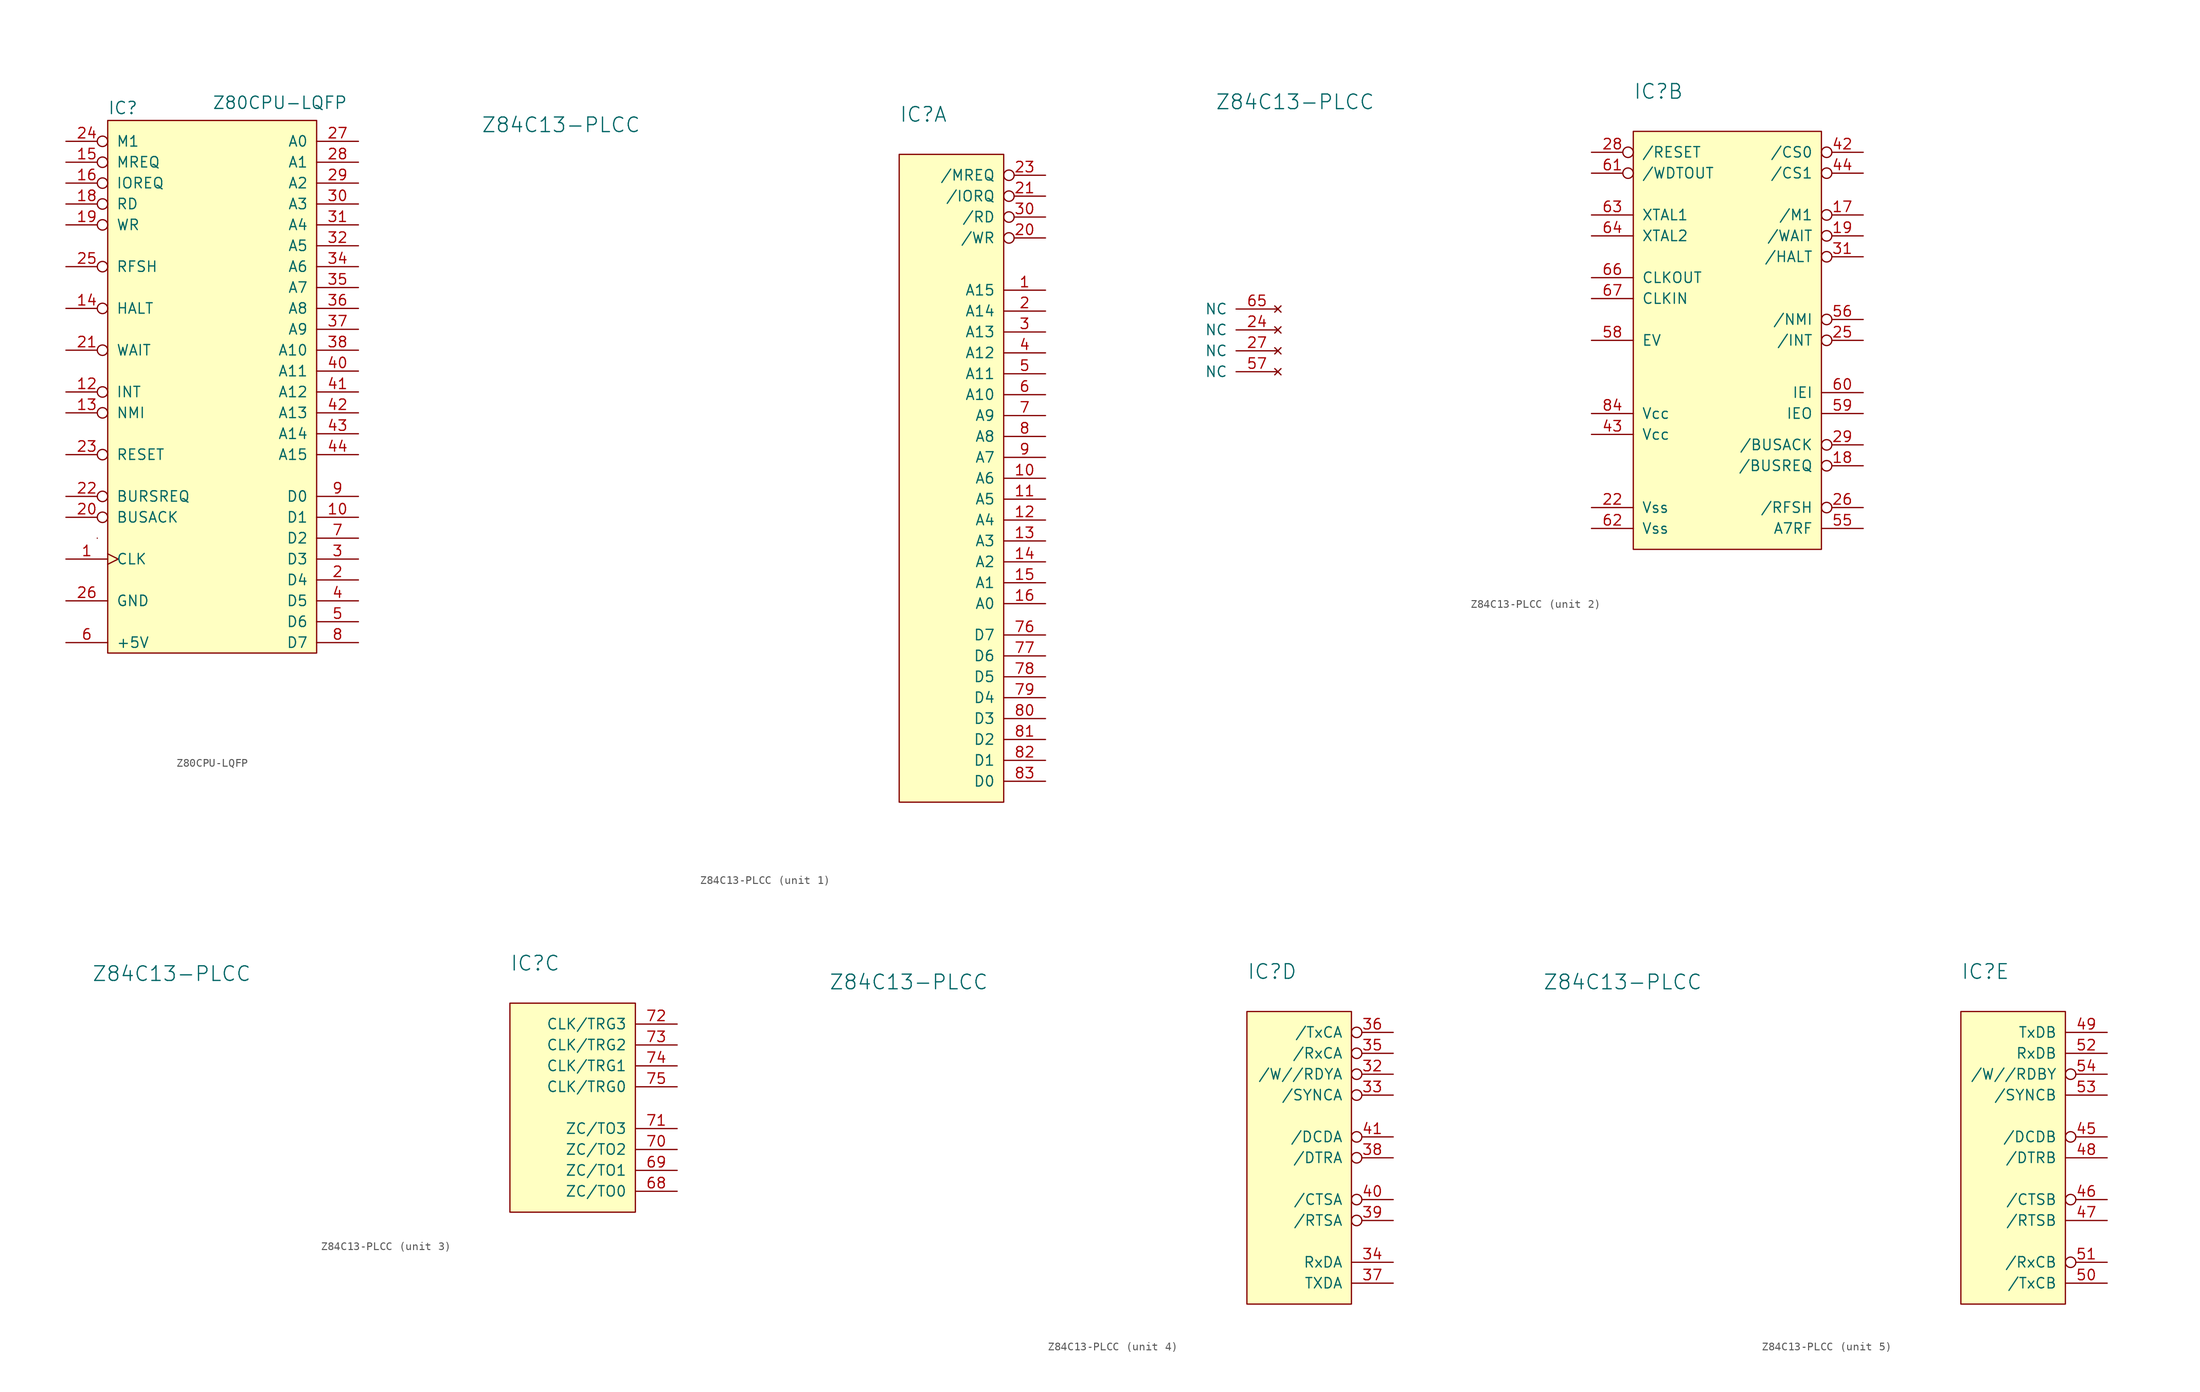
<source format=kicad_sym>
(kicad_symbol_lib
  (version 20211014)
  (generator kicad_symbol_editor)
  (symbol "Z80CPU-LQFP"
    (pin_names
      (offset 1.016))
    (property "Reference" "IC"
      (at 0 0.635 0)
      (effects (font (size 1.499 1.499)) (justify left bottom)))
    (property "Value" "Z80CPU-LQFP"
      (at 12.7 1.27 0)
      (effects (font (size 1.499 1.499)) (justify left bottom)))
    (symbol "Z80CPU-LQFP_0_0"
      (pin output line (at 30.48 -20.32 180) (length 5.08) (name "A7" (effects (font (size 1.27 1.27)))) (number "35" (effects (font (size 1.27 1.27)))))
      (pin output line (at 30.48 -22.86 180) (length 5.08) (name "A8" (effects (font (size 1.27 1.27)))) (number "36" (effects (font (size 1.27 1.27)))))
      (pin output line (at 30.48 -25.4 180) (length 5.08) (name "A9" (effects (font (size 1.27 1.27)))) (number "37" (effects (font (size 1.27 1.27)))))
      (pin output line (at 30.48 -27.94 180) (length 5.08) (name "A10" (effects (font (size 1.27 1.27)))) (number "38" (effects (font (size 1.27 1.27)))))
      (pin bidirectional line (at 30.48 -45.72 180) (length 5.08) (name "D0" (effects (font (size 1.27 1.27)))) (number "9" (effects (font (size 1.27 1.27))))))
    (symbol "Z80CPU-LQFP_1_0"
      (rectangle (start -1.27 -50.8) (end -1.27 -50.8) (stroke (width 0) (type default) (color 0 0 0 0)) (fill (type none)))
      (rectangle (start 0 0) (end 25.4 -64.77) (stroke (width 0) (type default) (color 0 0 0 0)) (fill (type background)))
      (pin input clock (at -5.08 -53.34 0) (length 5.08) (name "CLK" (effects (font (size 1.27 1.27)))) (number "1" (effects (font (size 1.27 1.27)))))
      (pin bidirectional line (at 30.48 -48.26 180) (length 5.08) (name "D1" (effects (font (size 1.27 1.27)))) (number "10" (effects (font (size 1.27 1.27)))))
      (pin input inverted (at -5.08 -33.02 0) (length 5.08) (name "INT" (effects (font (size 1.27 1.27)))) (number "12" (effects (font (size 1.27 1.27)))))
      (pin input inverted (at -5.08 -35.56 0) (length 5.08) (name "NMI" (effects (font (size 1.27 1.27)))) (number "13" (effects (font (size 1.27 1.27)))))
      (pin output inverted (at -5.08 -22.86 0) (length 5.08) (name "HALT" (effects (font (size 1.27 1.27)))) (number "14" (effects (font (size 1.27 1.27)))))
      (pin output inverted (at -5.08 -5.08 0) (length 5.08) (name "MREQ" (effects (font (size 1.27 1.27)))) (number "15" (effects (font (size 1.27 1.27)))))
      (pin output inverted (at -5.08 -7.62 0) (length 5.08) (name "IOREQ" (effects (font (size 1.27 1.27)))) (number "16" (effects (font (size 1.27 1.27)))))
      (pin output inverted (at -5.08 -10.16 0) (length 5.08) (name "RD" (effects (font (size 1.27 1.27)))) (number "18" (effects (font (size 1.27 1.27)))))
      (pin output inverted (at -5.08 -12.7 0) (length 5.08) (name "WR" (effects (font (size 1.27 1.27)))) (number "19" (effects (font (size 1.27 1.27)))))
      (pin bidirectional line (at 30.48 -55.88 180) (length 5.08) (name "D4" (effects (font (size 1.27 1.27)))) (number "2" (effects (font (size 1.27 1.27)))))
      (pin output inverted (at -5.08 -48.26 0) (length 5.08) (name "BUSACK" (effects (font (size 1.27 1.27)))) (number "20" (effects (font (size 1.27 1.27)))))
      (pin input inverted (at -5.08 -27.94 0) (length 5.08) (name "WAIT" (effects (font (size 1.27 1.27)))) (number "21" (effects (font (size 1.27 1.27)))))
      (pin input inverted (at -5.08 -45.72 0) (length 5.08) (name "BURSREQ" (effects (font (size 1.27 1.27)))) (number "22" (effects (font (size 1.27 1.27)))))
      (pin input inverted (at -5.08 -40.64 0) (length 5.08) (name "RESET" (effects (font (size 1.27 1.27)))) (number "23" (effects (font (size 1.27 1.27)))))
      (pin output inverted (at -5.08 -2.54 0) (length 5.08) (name "M1" (effects (font (size 1.27 1.27)))) (number "24" (effects (font (size 1.27 1.27)))))
      (pin output inverted (at -5.08 -17.78 0) (length 5.08) (name "RFSH" (effects (font (size 1.27 1.27)))) (number "25" (effects (font (size 1.27 1.27)))))
      (pin power_in line (at -5.08 -58.42 0) (length 5.08) (name "GND" (effects (font (size 1.27 1.27)))) (number "26" (effects (font (size 1.27 1.27)))))
      (pin output line (at 30.48 -2.54 180) (length 5.08) (name "A0" (effects (font (size 1.27 1.27)))) (number "27" (effects (font (size 1.27 1.27)))))
      (pin output line (at 30.48 -5.08 180) (length 5.08) (name "A1" (effects (font (size 1.27 1.27)))) (number "28" (effects (font (size 1.27 1.27)))))
      (pin output line (at 30.48 -7.62 180) (length 5.08) (name "A2" (effects (font (size 1.27 1.27)))) (number "29" (effects (font (size 1.27 1.27)))))
      (pin bidirectional line (at 30.48 -53.34 180) (length 5.08) (name "D3" (effects (font (size 1.27 1.27)))) (number "3" (effects (font (size 1.27 1.27)))))
      (pin output line (at 30.48 -10.16 180) (length 5.08) (name "A3" (effects (font (size 1.27 1.27)))) (number "30" (effects (font (size 1.27 1.27)))))
      (pin output line (at 30.48 -12.7 180) (length 5.08) (name "A4" (effects (font (size 1.27 1.27)))) (number "31" (effects (font (size 1.27 1.27)))))
      (pin output line (at 30.48 -15.24 180) (length 5.08) (name "A5" (effects (font (size 1.27 1.27)))) (number "32" (effects (font (size 1.27 1.27)))))
      (pin output line (at 30.48 -17.78 180) (length 5.08) (name "A6" (effects (font (size 1.27 1.27)))) (number "34" (effects (font (size 1.27 1.27)))))
      (pin bidirectional line (at 30.48 -58.42 180) (length 5.08) (name "D5" (effects (font (size 1.27 1.27)))) (number "4" (effects (font (size 1.27 1.27)))))
      (pin output line (at 30.48 -30.48 180) (length 5.08) (name "A11" (effects (font (size 1.27 1.27)))) (number "40" (effects (font (size 1.27 1.27)))))
      (pin output line (at 30.48 -33.02 180) (length 5.08) (name "A12" (effects (font (size 1.27 1.27)))) (number "41" (effects (font (size 1.27 1.27)))))
      (pin output line (at 30.48 -35.56 180) (length 5.08) (name "A13" (effects (font (size 1.27 1.27)))) (number "42" (effects (font (size 1.27 1.27)))))
      (pin output line (at 30.48 -38.1 180) (length 5.08) (name "A14" (effects (font (size 1.27 1.27)))) (number "43" (effects (font (size 1.27 1.27)))))
      (pin output line (at 30.48 -40.64 180) (length 5.08) (name "A15" (effects (font (size 1.27 1.27)))) (number "44" (effects (font (size 1.27 1.27)))))
      (pin bidirectional line (at 30.48 -60.96 180) (length 5.08) (name "D6" (effects (font (size 1.27 1.27)))) (number "5" (effects (font (size 1.27 1.27)))))
      (pin power_in line (at -5.08 -63.5 0) (length 5.08) (name "+5V" (effects (font (size 1.27 1.27)))) (number "6" (effects (font (size 1.27 1.27)))))
      (pin bidirectional line (at 30.48 -50.8 180) (length 5.08) (name "D2" (effects (font (size 1.27 1.27)))) (number "7" (effects (font (size 1.27 1.27)))))
      (pin bidirectional line (at 30.48 -63.5 180) (length 5.08) (name "D7" (effects (font (size 1.27 1.27)))) (number "8" (effects (font (size 1.27 1.27))))))
    (symbol "Z80CPU-LQFP_1_1"
      (pin no_connect line (at 8.89 -69.85 90) (length 5.08) hide (name "NC" (effects (font (size 1.27 1.27)))) (number "11" (effects (font (size 1.27 1.27)))))
      (pin no_connect line (at 11.43 -69.85 90) (length 5.08) hide (name "NC" (effects (font (size 1.27 1.27)))) (number "17" (effects (font (size 1.27 1.27)))))
      (pin no_connect line (at 13.97 -69.85 90) (length 5.08) hide (name "NC" (effects (font (size 1.27 1.27)))) (number "33" (effects (font (size 1.27 1.27)))))
      (pin no_connect line (at 16.51 -69.85 90) (length 5.08) hide (name "NC" (effects (font (size 1.27 1.27)))) (number "39" (effects (font (size 1.27 1.27)))))))
  (symbol "Z84C13-PLCC"
    (pin_names
      (offset 1.016))
    (property "Reference" "IC"
      (at 0 3.81 0)
      (effects (font (size 1.778 1.778)) (justify left bottom)))
    (property "Value" "Z84C13-PLCC"
      (at -50.8 2.54 0)
      (effects (font (size 1.778 1.778)) (justify left bottom)))
    (property "ki_locked" ""
      (at 0 0 0)
      (effects (font (size 1.27 1.27))))
    (symbol "Z84C13-PLCC_1_0"
      (rectangle (start 0 0) (end 12.7 -78.74) (stroke (width 0) (type default) (color 0 0 0 0)) (fill (type background)))
      (pin output line (at 17.78 -16.51 180) (length 5.08) (name "A15" (effects (font (size 1.27 1.27)))) (number "1" (effects (font (size 1.27 1.27)))))
      (pin output line (at 17.78 -46.99 180) (length 5.08) (name "A3" (effects (font (size 1.27 1.27)))) (number "13" (effects (font (size 1.27 1.27)))))
      (pin output line (at 17.78 -49.53 180) (length 5.08) (name "A2" (effects (font (size 1.27 1.27)))) (number "14" (effects (font (size 1.27 1.27)))))
      (pin output line (at 17.78 -52.07 180) (length 5.08) (name "A1" (effects (font (size 1.27 1.27)))) (number "15" (effects (font (size 1.27 1.27)))))
      (pin output line (at 17.78 -19.05 180) (length 5.08) (name "A14" (effects (font (size 1.27 1.27)))) (number "2" (effects (font (size 1.27 1.27)))))
      (pin output line (at 17.78 -21.59 180) (length 5.08) (name "A13" (effects (font (size 1.27 1.27)))) (number "3" (effects (font (size 1.27 1.27)))))
      (pin output line (at 17.78 -24.13 180) (length 5.08) (name "A12" (effects (font (size 1.27 1.27)))) (number "4" (effects (font (size 1.27 1.27)))))
      (pin output line (at 17.78 -26.67 180) (length 5.08) (name "A11" (effects (font (size 1.27 1.27)))) (number "5" (effects (font (size 1.27 1.27)))))
      (pin output line (at 17.78 -29.21 180) (length 5.08) (name "A10" (effects (font (size 1.27 1.27)))) (number "6" (effects (font (size 1.27 1.27)))))
      (pin bidirectional line (at 17.78 -68.58 180) (length 5.08) (name "D3" (effects (font (size 1.27 1.27)))) (number "80" (effects (font (size 1.27 1.27)))))
      (pin bidirectional line (at 17.78 -71.12 180) (length 5.08) (name "D2" (effects (font (size 1.27 1.27)))) (number "81" (effects (font (size 1.27 1.27)))))
      (pin bidirectional line (at 17.78 -73.66 180) (length 5.08) (name "D1" (effects (font (size 1.27 1.27)))) (number "82" (effects (font (size 1.27 1.27))))))
    (symbol "Z84C13-PLCC_1_1"
      (pin output line (at 17.78 -39.37 180) (length 5.08) (name "A6" (effects (font (size 1.27 1.27)))) (number "10" (effects (font (size 1.27 1.27)))))
      (pin output line (at 17.78 -41.91 180) (length 5.08) (name "A5" (effects (font (size 1.27 1.27)))) (number "11" (effects (font (size 1.27 1.27)))))
      (pin output line (at 17.78 -44.45 180) (length 5.08) (name "A4" (effects (font (size 1.27 1.27)))) (number "12" (effects (font (size 1.27 1.27)))))
      (pin output line (at 17.78 -54.61 180) (length 5.08) (name "A0" (effects (font (size 1.27 1.27)))) (number "16" (effects (font (size 1.27 1.27)))))
      (pin output inverted (at 17.78 -10.16 180) (length 5.08) (name "/WR" (effects (font (size 1.27 1.27)))) (number "20" (effects (font (size 1.27 1.27)))))
      (pin output inverted (at 17.78 -5.08 180) (length 5.08) (name "/IORQ" (effects (font (size 1.27 1.27)))) (number "21" (effects (font (size 1.27 1.27)))))
      (pin output inverted (at 17.78 -2.54 180) (length 5.08) (name "/MREQ" (effects (font (size 1.27 1.27)))) (number "23" (effects (font (size 1.27 1.27)))))
      (pin output inverted (at 17.78 -7.62 180) (length 5.08) (name "/RD" (effects (font (size 1.27 1.27)))) (number "30" (effects (font (size 1.27 1.27)))))
      (pin output line (at 17.78 -31.75 180) (length 5.08) (name "A9" (effects (font (size 1.27 1.27)))) (number "7" (effects (font (size 1.27 1.27)))))
      (pin bidirectional line (at 17.78 -58.42 180) (length 5.08) (name "D7" (effects (font (size 1.27 1.27)))) (number "76" (effects (font (size 1.27 1.27)))))
      (pin bidirectional line (at 17.78 -60.96 180) (length 5.08) (name "D6" (effects (font (size 1.27 1.27)))) (number "77" (effects (font (size 1.27 1.27)))))
      (pin bidirectional line (at 17.78 -63.5 180) (length 5.08) (name "D5" (effects (font (size 1.27 1.27)))) (number "78" (effects (font (size 1.27 1.27)))))
      (pin bidirectional line (at 17.78 -66.04 180) (length 5.08) (name "D4" (effects (font (size 1.27 1.27)))) (number "79" (effects (font (size 1.27 1.27)))))
      (pin output line (at 17.78 -34.29 180) (length 5.08) (name "A8" (effects (font (size 1.27 1.27)))) (number "8" (effects (font (size 1.27 1.27)))))
      (pin bidirectional line (at 17.78 -76.2 180) (length 5.08) (name "D0" (effects (font (size 1.27 1.27)))) (number "83" (effects (font (size 1.27 1.27)))))
      (pin output line (at 17.78 -36.83 180) (length 5.08) (name "A7" (effects (font (size 1.27 1.27)))) (number "9" (effects (font (size 1.27 1.27))))))
    (symbol "Z84C13-PLCC_2_0"
      (rectangle (start 0 0) (end 22.86 -50.8) (stroke (width 0) (type default) (color 0 0 0 0)) (fill (type background)))
      (pin output inverted (at 27.94 -10.16 180) (length 5.08) (name "/M1" (effects (font (size 1.27 1.27)))) (number "17" (effects (font (size 1.27 1.27)))))
      (pin output inverted (at 27.94 -12.7 180) (length 5.08) (name "/WAIT" (effects (font (size 1.27 1.27)))) (number "19" (effects (font (size 1.27 1.27)))))
      (pin bidirectional inverted (at 27.94 -2.54 180) (length 5.08) (name "/CS0" (effects (font (size 1.27 1.27)))) (number "42" (effects (font (size 1.27 1.27)))))
      (pin input line (at -5.08 -10.16 0) (length 5.08) (name "XTAL1" (effects (font (size 1.27 1.27)))) (number "63" (effects (font (size 1.27 1.27)))))
      (pin output line (at -5.08 -12.7 0) (length 5.08) (name "XTAL2" (effects (font (size 1.27 1.27)))) (number "64" (effects (font (size 1.27 1.27)))))
      (pin no_connect line (at -43.18 -21.59 180) (length 5.08) (name "NC" (effects (font (size 1.27 1.27)))) (number "65" (effects (font (size 1.27 1.27)))))
      (pin output line (at -5.08 -17.78 0) (length 5.08) (name "CLKOUT" (effects (font (size 1.27 1.27)))) (number "66" (effects (font (size 1.27 1.27)))))
      (pin input line (at -5.08 -20.32 0) (length 5.08) (name "CLKIN" (effects (font (size 1.27 1.27)))) (number "67" (effects (font (size 1.27 1.27))))))
    (symbol "Z84C13-PLCC_2_1"
      (pin output inverted (at 27.94 -40.64 180) (length 5.08) (name "/BUSREQ" (effects (font (size 1.27 1.27)))) (number "18" (effects (font (size 1.27 1.27)))))
      (pin power_in line (at -5.08 -45.72 0) (length 5.08) (name "Vss" (effects (font (size 1.27 1.27)))) (number "22" (effects (font (size 1.27 1.27)))))
      (pin no_connect line (at -43.18 -24.13 180) (length 5.08) (name "NC" (effects (font (size 1.27 1.27)))) (number "24" (effects (font (size 1.27 1.27)))))
      (pin output inverted (at 27.94 -25.4 180) (length 5.08) (name "/INT" (effects (font (size 1.27 1.27)))) (number "25" (effects (font (size 1.27 1.27)))))
      (pin output inverted (at 27.94 -45.72 180) (length 5.08) (name "/RFSH" (effects (font (size 1.27 1.27)))) (number "26" (effects (font (size 1.27 1.27)))))
      (pin no_connect line (at -43.18 -26.67 180) (length 5.08) (name "NC" (effects (font (size 1.27 1.27)))) (number "27" (effects (font (size 1.27 1.27)))))
      (pin output inverted (at -5.08 -2.54 0) (length 5.08) (name "/RESET" (effects (font (size 1.27 1.27)))) (number "28" (effects (font (size 1.27 1.27)))))
      (pin output inverted (at 27.94 -38.1 180) (length 5.08) (name "/BUSACK" (effects (font (size 1.27 1.27)))) (number "29" (effects (font (size 1.27 1.27)))))
      (pin output inverted (at 27.94 -15.24 180) (length 5.08) (name "/HALT" (effects (font (size 1.27 1.27)))) (number "31" (effects (font (size 1.27 1.27)))))
      (pin power_in line (at -5.08 -36.83 0) (length 5.08) (name "Vcc" (effects (font (size 1.27 1.27)))) (number "43" (effects (font (size 1.27 1.27)))))
      (pin bidirectional inverted (at 27.94 -5.08 180) (length 5.08) (name "/CS1" (effects (font (size 1.27 1.27)))) (number "44" (effects (font (size 1.27 1.27)))))
      (pin bidirectional line (at 27.94 -48.26 180) (length 5.08) (name "A7RF" (effects (font (size 1.27 1.27)))) (number "55" (effects (font (size 1.27 1.27)))))
      (pin bidirectional inverted (at 27.94 -22.86 180) (length 5.08) (name "/NMI" (effects (font (size 1.27 1.27)))) (number "56" (effects (font (size 1.27 1.27)))))
      (pin no_connect line (at -43.18 -29.21 180) (length 5.08) (name "NC" (effects (font (size 1.27 1.27)))) (number "57" (effects (font (size 1.27 1.27)))))
      (pin bidirectional line (at -5.08 -25.4 0) (length 5.08) (name "EV" (effects (font (size 1.27 1.27)))) (number "58" (effects (font (size 1.27 1.27)))))
      (pin output line (at 27.94 -34.29 180) (length 5.08) (name "IEO" (effects (font (size 1.27 1.27)))) (number "59" (effects (font (size 1.27 1.27)))))
      (pin input line (at 27.94 -31.75 180) (length 5.08) (name "IEI" (effects (font (size 1.27 1.27)))) (number "60" (effects (font (size 1.27 1.27)))))
      (pin output inverted (at -5.08 -5.08 0) (length 5.08) (name "/WDTOUT" (effects (font (size 1.27 1.27)))) (number "61" (effects (font (size 1.27 1.27)))))
      (pin power_out line (at -5.08 -48.26 0) (length 5.08) (name "Vss" (effects (font (size 1.27 1.27)))) (number "62" (effects (font (size 1.27 1.27)))))
      (pin power_in line (at -5.08 -34.29 0) (length 5.08) (name "Vcc" (effects (font (size 1.27 1.27)))) (number "84" (effects (font (size 1.27 1.27))))))
    (symbol "Z84C13-PLCC_3_0"
      (rectangle (start 15.24 -25.4) (end 0 0) (stroke (width 0) (type default) (color 0 0 0 0)) (fill (type background)))
      (pin bidirectional line (at 20.32 -7.62 180) (length 5.08) (name "CLK/TRG1" (effects (font (size 1.27 1.27)))) (number "74" (effects (font (size 1.27 1.27)))))
      (pin bidirectional line (at 20.32 -10.16 180) (length 5.08) (name "CLK/TRG0" (effects (font (size 1.27 1.27)))) (number "75" (effects (font (size 1.27 1.27))))))
    (symbol "Z84C13-PLCC_3_1"
      (pin bidirectional line (at 20.32 -22.86 180) (length 5.08) (name "ZC/TO0" (effects (font (size 1.27 1.27)))) (number "68" (effects (font (size 1.27 1.27)))))
      (pin bidirectional line (at 20.32 -20.32 180) (length 5.08) (name "ZC/TO1" (effects (font (size 1.27 1.27)))) (number "69" (effects (font (size 1.27 1.27)))))
      (pin bidirectional line (at 20.32 -17.78 180) (length 5.08) (name "ZC/TO2" (effects (font (size 1.27 1.27)))) (number "70" (effects (font (size 1.27 1.27)))))
      (pin bidirectional line (at 20.32 -15.24 180) (length 5.08) (name "ZC/TO3" (effects (font (size 1.27 1.27)))) (number "71" (effects (font (size 1.27 1.27)))))
      (pin bidirectional line (at 20.32 -2.54 180) (length 5.08) (name "CLK/TRG3" (effects (font (size 1.27 1.27)))) (number "72" (effects (font (size 1.27 1.27)))))
      (pin bidirectional line (at 20.32 -5.08 180) (length 5.08) (name "CLK/TRG2" (effects (font (size 1.27 1.27)))) (number "73" (effects (font (size 1.27 1.27))))))
    (symbol "Z84C13-PLCC_4_1"
      (rectangle (start 12.7 -35.56) (end 0 0) (stroke (width 0) (type default) (color 0 0 0 0)) (fill (type background)))
      (pin output inverted (at 17.78 -7.62 180) (length 5.08) (name "/W//RDYA" (effects (font (size 1.27 1.27)))) (number "32" (effects (font (size 1.27 1.27)))))
      (pin input inverted (at 17.78 -10.16 180) (length 5.08) (name "/SYNCA" (effects (font (size 1.27 1.27)))) (number "33" (effects (font (size 1.27 1.27)))))
      (pin bidirectional line (at 17.78 -30.48 180) (length 5.08) (name "RxDA" (effects (font (size 1.27 1.27)))) (number "34" (effects (font (size 1.27 1.27)))))
      (pin bidirectional inverted (at 17.78 -5.08 180) (length 5.08) (name "/RxCA" (effects (font (size 1.27 1.27)))) (number "35" (effects (font (size 1.27 1.27)))))
      (pin bidirectional inverted (at 17.78 -2.54 180) (length 5.08) (name "/TxCA" (effects (font (size 1.27 1.27)))) (number "36" (effects (font (size 1.27 1.27)))))
      (pin bidirectional line (at 17.78 -33.02 180) (length 5.08) (name "TXDA" (effects (font (size 1.27 1.27)))) (number "37" (effects (font (size 1.27 1.27)))))
      (pin bidirectional inverted (at 17.78 -17.78 180) (length 5.08) (name "/DTRA" (effects (font (size 1.27 1.27)))) (number "38" (effects (font (size 1.27 1.27)))))
      (pin bidirectional inverted (at 17.78 -25.4 180) (length 5.08) (name "/RTSA" (effects (font (size 1.27 1.27)))) (number "39" (effects (font (size 1.27 1.27)))))
      (pin bidirectional inverted (at 17.78 -22.86 180) (length 5.08) (name "/CTSA" (effects (font (size 1.27 1.27)))) (number "40" (effects (font (size 1.27 1.27)))))
      (pin bidirectional inverted (at 17.78 -15.24 180) (length 5.08) (name "/DCDA" (effects (font (size 1.27 1.27)))) (number "41" (effects (font (size 1.27 1.27))))))
    (symbol "Z84C13-PLCC_5_1"
      (rectangle (start 12.7 -35.56) (end 0 0) (stroke (width 0) (type default) (color 0 0 0 0)) (fill (type background)))
      (pin bidirectional inverted (at 17.78 -15.24 180) (length 5.08) (name "/DCDB" (effects (font (size 1.27 1.27)))) (number "45" (effects (font (size 1.27 1.27)))))
      (pin bidirectional inverted (at 17.78 -22.86 180) (length 5.08) (name "/CTSB" (effects (font (size 1.27 1.27)))) (number "46" (effects (font (size 1.27 1.27)))))
      (pin bidirectional line (at 17.78 -25.4 180) (length 5.08) (name "/RTSB" (effects (font (size 1.27 1.27)))) (number "47" (effects (font (size 1.27 1.27)))))
      (pin bidirectional line (at 17.78 -17.78 180) (length 5.08) (name "/DTRB" (effects (font (size 1.27 1.27)))) (number "48" (effects (font (size 1.27 1.27)))))
      (pin bidirectional line (at 17.78 -2.54 180) (length 5.08) (name "TxDB" (effects (font (size 1.27 1.27)))) (number "49" (effects (font (size 1.27 1.27)))))
      (pin bidirectional line (at 17.78 -33.02 180) (length 5.08) (name "/TxCB" (effects (font (size 1.27 1.27)))) (number "50" (effects (font (size 1.27 1.27)))))
      (pin bidirectional inverted (at 17.78 -30.48 180) (length 5.08) (name "/RxCB" (effects (font (size 1.27 1.27)))) (number "51" (effects (font (size 1.27 1.27)))))
      (pin bidirectional line (at 17.78 -5.08 180) (length 5.08) (name "RxDB" (effects (font (size 1.27 1.27)))) (number "52" (effects (font (size 1.27 1.27)))))
      (pin bidirectional line (at 17.78 -10.16 180) (length 5.08) (name "/SYNCB" (effects (font (size 1.27 1.27)))) (number "53" (effects (font (size 1.27 1.27)))))
      (pin bidirectional inverted (at 17.78 -7.62 180) (length 5.08) (name "/W//RDBY" (effects (font (size 1.27 1.27)))) (number "54" (effects (font (size 1.27 1.27))))))))
</source>
